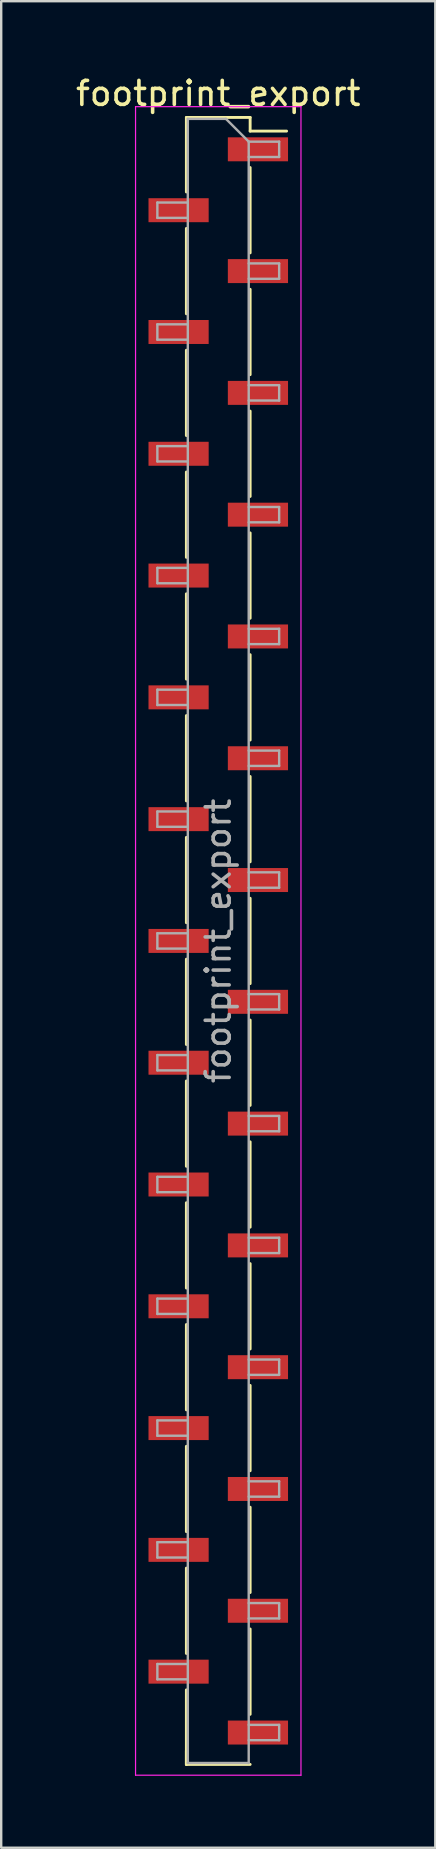
<source format=kicad_pcb>
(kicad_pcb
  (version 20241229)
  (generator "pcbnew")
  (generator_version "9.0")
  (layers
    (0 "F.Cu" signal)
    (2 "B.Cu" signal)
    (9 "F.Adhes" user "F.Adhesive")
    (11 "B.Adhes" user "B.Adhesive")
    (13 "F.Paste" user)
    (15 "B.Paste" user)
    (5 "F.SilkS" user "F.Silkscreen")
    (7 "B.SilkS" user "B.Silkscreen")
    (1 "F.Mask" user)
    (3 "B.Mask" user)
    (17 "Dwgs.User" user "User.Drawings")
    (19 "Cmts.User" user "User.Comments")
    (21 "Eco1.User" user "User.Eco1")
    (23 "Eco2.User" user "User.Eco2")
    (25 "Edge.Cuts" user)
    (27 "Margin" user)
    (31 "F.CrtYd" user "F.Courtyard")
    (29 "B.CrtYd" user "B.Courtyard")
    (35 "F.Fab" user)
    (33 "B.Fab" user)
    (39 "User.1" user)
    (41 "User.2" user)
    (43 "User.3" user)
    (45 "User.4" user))
  (footprint "footprint_export"
    (layer "F.Cu")
    (at 6.054 36.198)
    (property "Reference" "footprint_export" (at 0 -35.35 0) (layer "F.SilkS") (effects (font (size 1 1) (thickness 0.15))))
    (attr smd)
    (fp_line (start -1.33 -34.35) (end -1.33 -31.24) (stroke (width 0.12) (type solid)) (layer "F.SilkS"))
    (fp_line (start -1.33 -34.35) (end 1.33 -34.35) (stroke (width 0.12) (type solid)) (layer "F.SilkS"))
    (fp_line (start -1.33 -29.72) (end -1.33 -26.16) (stroke (width 0.12) (type solid)) (layer "F.SilkS"))
    (fp_line (start -1.33 -24.64) (end -1.33 -21.08) (stroke (width 0.12) (type solid)) (layer "F.SilkS"))
    (fp_line (start -1.33 -19.56) (end -1.33 -16) (stroke (width 0.12) (type solid)) (layer "F.SilkS"))
    (fp_line (start -1.33 -14.48) (end -1.33 -10.92) (stroke (width 0.12) (type solid)) (layer "F.SilkS"))
    (fp_line (start -1.33 -9.4) (end -1.33 -5.84) (stroke (width 0.12) (type solid)) (layer "F.SilkS"))
    (fp_line (start -1.33 -4.32) (end -1.33 -0.76) (stroke (width 0.12) (type solid)) (layer "F.SilkS"))
    (fp_line (start -1.33 0.76) (end -1.33 4.32) (stroke (width 0.12) (type solid)) (layer "F.SilkS"))
    (fp_line (start -1.33 5.84) (end -1.33 9.4) (stroke (width 0.12) (type solid)) (layer "F.SilkS"))
    (fp_line (start -1.33 10.92) (end -1.33 14.48) (stroke (width 0.12) (type solid)) (layer "F.SilkS"))
    (fp_line (start -1.33 16) (end -1.33 19.56) (stroke (width 0.12) (type solid)) (layer "F.SilkS"))
    (fp_line (start -1.33 21.08) (end -1.33 24.64) (stroke (width 0.12) (type solid)) (layer "F.SilkS"))
    (fp_line (start -1.33 26.16) (end -1.33 29.72) (stroke (width 0.12) (type solid)) (layer "F.SilkS"))
    (fp_line (start -1.33 31.24) (end -1.33 34.35) (stroke (width 0.12) (type solid)) (layer "F.SilkS"))
    (fp_line (start -1.33 33.78) (end -1.33 34.35) (stroke (width 0.12) (type solid)) (layer "F.SilkS"))
    (fp_line (start -1.33 34.35) (end 1.33 34.35) (stroke (width 0.12) (type solid)) (layer "F.SilkS"))
    (fp_line (start 1.33 -34.35) (end 1.33 -33.78) (stroke (width 0.12) (type solid)) (layer "F.SilkS"))
    (fp_line (start 1.33 -33.78) (end 2.85 -33.78) (stroke (width 0.12) (type solid)) (layer "F.SilkS"))
    (fp_line (start 1.33 -32.26) (end 1.33 -28.7) (stroke (width 0.12) (type solid)) (layer "F.SilkS"))
    (fp_line (start 1.33 -27.18) (end 1.33 -23.62) (stroke (width 0.12) (type solid)) (layer "F.SilkS"))
    (fp_line (start 1.33 -22.1) (end 1.33 -18.54) (stroke (width 0.12) (type solid)) (layer "F.SilkS"))
    (fp_line (start 1.33 -17.02) (end 1.33 -13.46) (stroke (width 0.12) (type solid)) (layer "F.SilkS"))
    (fp_line (start 1.33 -11.94) (end 1.33 -8.38) (stroke (width 0.12) (type solid)) (layer "F.SilkS"))
    (fp_line (start 1.33 -6.86) (end 1.33 -3.3) (stroke (width 0.12) (type solid)) (layer "F.SilkS"))
    (fp_line (start 1.33 -1.78) (end 1.33 1.78) (stroke (width 0.12) (type solid)) (layer "F.SilkS"))
    (fp_line (start 1.33 3.3) (end 1.33 6.86) (stroke (width 0.12) (type solid)) (layer "F.SilkS"))
    (fp_line (start 1.33 8.38) (end 1.33 11.94) (stroke (width 0.12) (type solid)) (layer "F.SilkS"))
    (fp_line (start 1.33 13.46) (end 1.33 17.02) (stroke (width 0.12) (type solid)) (layer "F.SilkS"))
    (fp_line (start 1.33 18.54) (end 1.33 22.1) (stroke (width 0.12) (type solid)) (layer "F.SilkS"))
    (fp_line (start 1.33 23.62) (end 1.33 27.18) (stroke (width 0.12) (type solid)) (layer "F.SilkS"))
    (fp_line (start 1.33 28.7) (end 1.33 32.26) (stroke (width 0.12) (type solid)) (layer "F.SilkS"))
    (fp_line (start -3.45 -34.8) (end -3.45 34.8) (stroke (width 0.05) (type solid)) (layer "F.CrtYd"))
    (fp_line (start -3.45 34.8) (end 3.45 34.8) (stroke (width 0.05) (type solid)) (layer "F.CrtYd"))
    (fp_line (start 3.45 -34.8) (end -3.45 -34.8) (stroke (width 0.05) (type solid)) (layer "F.CrtYd"))
    (fp_line (start 3.45 34.8) (end 3.45 -34.8) (stroke (width 0.05) (type solid)) (layer "F.CrtYd"))
    (fp_line (start -2.54 -30.8) (end -2.54 -30.16) (stroke (width 0.1) (type solid)) (layer "F.Fab"))
    (fp_line (start -2.54 -30.16) (end -1.27 -30.16) (stroke (width 0.1) (type solid)) (layer "F.Fab"))
    (fp_line (start -2.54 -25.72) (end -2.54 -25.08) (stroke (width 0.1) (type solid)) (layer "F.Fab"))
    (fp_line (start -2.54 -25.08) (end -1.27 -25.08) (stroke (width 0.1) (type solid)) (layer "F.Fab"))
    (fp_line (start -2.54 -20.64) (end -2.54 -20) (stroke (width 0.1) (type solid)) (layer "F.Fab"))
    (fp_line (start -2.54 -20) (end -1.27 -20) (stroke (width 0.1) (type solid)) (layer "F.Fab"))
    (fp_line (start -2.54 -15.56) (end -2.54 -14.92) (stroke (width 0.1) (type solid)) (layer "F.Fab"))
    (fp_line (start -2.54 -14.92) (end -1.27 -14.92) (stroke (width 0.1) (type solid)) (layer "F.Fab"))
    (fp_line (start -2.54 -10.48) (end -2.54 -9.84) (stroke (width 0.1) (type solid)) (layer "F.Fab"))
    (fp_line (start -2.54 -9.84) (end -1.27 -9.84) (stroke (width 0.1) (type solid)) (layer "F.Fab"))
    (fp_line (start -2.54 -5.4) (end -2.54 -4.76) (stroke (width 0.1) (type solid)) (layer "F.Fab"))
    (fp_line (start -2.54 -4.76) (end -1.27 -4.76) (stroke (width 0.1) (type solid)) (layer "F.Fab"))
    (fp_line (start -2.54 -0.32) (end -2.54 0.32) (stroke (width 0.1) (type solid)) (layer "F.Fab"))
    (fp_line (start -2.54 0.32) (end -1.27 0.32) (stroke (width 0.1) (type solid)) (layer "F.Fab"))
    (fp_line (start -2.54 4.76) (end -2.54 5.4) (stroke (width 0.1) (type solid)) (layer "F.Fab"))
    (fp_line (start -2.54 5.4) (end -1.27 5.4) (stroke (width 0.1) (type solid)) (layer "F.Fab"))
    (fp_line (start -2.54 9.84) (end -2.54 10.48) (stroke (width 0.1) (type solid)) (layer "F.Fab"))
    (fp_line (start -2.54 10.48) (end -1.27 10.48) (stroke (width 0.1) (type solid)) (layer "F.Fab"))
    (fp_line (start -2.54 14.92) (end -2.54 15.56) (stroke (width 0.1) (type solid)) (layer "F.Fab"))
    (fp_line (start -2.54 15.56) (end -1.27 15.56) (stroke (width 0.1) (type solid)) (layer "F.Fab"))
    (fp_line (start -2.54 20) (end -2.54 20.64) (stroke (width 0.1) (type solid)) (layer "F.Fab"))
    (fp_line (start -2.54 20.64) (end -1.27 20.64) (stroke (width 0.1) (type solid)) (layer "F.Fab"))
    (fp_line (start -2.54 25.08) (end -2.54 25.72) (stroke (width 0.1) (type solid)) (layer "F.Fab"))
    (fp_line (start -2.54 25.72) (end -1.27 25.72) (stroke (width 0.1) (type solid)) (layer "F.Fab"))
    (fp_line (start -2.54 30.16) (end -2.54 30.8) (stroke (width 0.1) (type solid)) (layer "F.Fab"))
    (fp_line (start -2.54 30.8) (end -1.27 30.8) (stroke (width 0.1) (type solid)) (layer "F.Fab"))
    (fp_line (start -1.27 -34.29) (end -1.27 34.29) (stroke (width 0.1) (type solid)) (layer "F.Fab"))
    (fp_line (start -1.27 -34.29) (end 0.32 -34.29) (stroke (width 0.1) (type solid)) (layer "F.Fab"))
    (fp_line (start -1.27 -30.8) (end -2.54 -30.8) (stroke (width 0.1) (type solid)) (layer "F.Fab"))
    (fp_line (start -1.27 -25.72) (end -2.54 -25.72) (stroke (width 0.1) (type solid)) (layer "F.Fab"))
    (fp_line (start -1.27 -20.64) (end -2.54 -20.64) (stroke (width 0.1) (type solid)) (layer "F.Fab"))
    (fp_line (start -1.27 -15.56) (end -2.54 -15.56) (stroke (width 0.1) (type solid)) (layer "F.Fab"))
    (fp_line (start -1.27 -10.48) (end -2.54 -10.48) (stroke (width 0.1) (type solid)) (layer "F.Fab"))
    (fp_line (start -1.27 -5.4) (end -2.54 -5.4) (stroke (width 0.1) (type solid)) (layer "F.Fab"))
    (fp_line (start -1.27 -0.32) (end -2.54 -0.32) (stroke (width 0.1) (type solid)) (layer "F.Fab"))
    (fp_line (start -1.27 4.76) (end -2.54 4.76) (stroke (width 0.1) (type solid)) (layer "F.Fab"))
    (fp_line (start -1.27 9.84) (end -2.54 9.84) (stroke (width 0.1) (type solid)) (layer "F.Fab"))
    (fp_line (start -1.27 14.92) (end -2.54 14.92) (stroke (width 0.1) (type solid)) (layer "F.Fab"))
    (fp_line (start -1.27 20) (end -2.54 20) (stroke (width 0.1) (type solid)) (layer "F.Fab"))
    (fp_line (start -1.27 25.08) (end -2.54 25.08) (stroke (width 0.1) (type solid)) (layer "F.Fab"))
    (fp_line (start -1.27 30.16) (end -2.54 30.16) (stroke (width 0.1) (type solid)) (layer "F.Fab"))
    (fp_line (start 1.27 -33.34) (end 0.32 -34.29) (stroke (width 0.1) (type solid)) (layer "F.Fab"))
    (fp_line (start 1.27 -33.34) (end 2.54 -33.34) (stroke (width 0.1) (type solid)) (layer "F.Fab"))
    (fp_line (start 1.27 -28.26) (end 2.54 -28.26) (stroke (width 0.1) (type solid)) (layer "F.Fab"))
    (fp_line (start 1.27 -23.18) (end 2.54 -23.18) (stroke (width 0.1) (type solid)) (layer "F.Fab"))
    (fp_line (start 1.27 -18.1) (end 2.54 -18.1) (stroke (width 0.1) (type solid)) (layer "F.Fab"))
    (fp_line (start 1.27 -13.02) (end 2.54 -13.02) (stroke (width 0.1) (type solid)) (layer "F.Fab"))
    (fp_line (start 1.27 -7.94) (end 2.54 -7.94) (stroke (width 0.1) (type solid)) (layer "F.Fab"))
    (fp_line (start 1.27 -2.86) (end 2.54 -2.86) (stroke (width 0.1) (type solid)) (layer "F.Fab"))
    (fp_line (start 1.27 2.22) (end 2.54 2.22) (stroke (width 0.1) (type solid)) (layer "F.Fab"))
    (fp_line (start 1.27 7.3) (end 2.54 7.3) (stroke (width 0.1) (type solid)) (layer "F.Fab"))
    (fp_line (start 1.27 12.38) (end 2.54 12.38) (stroke (width 0.1) (type solid)) (layer "F.Fab"))
    (fp_line (start 1.27 17.46) (end 2.54 17.46) (stroke (width 0.1) (type solid)) (layer "F.Fab"))
    (fp_line (start 1.27 22.54) (end 2.54 22.54) (stroke (width 0.1) (type solid)) (layer "F.Fab"))
    (fp_line (start 1.27 27.62) (end 2.54 27.62) (stroke (width 0.1) (type solid)) (layer "F.Fab"))
    (fp_line (start 1.27 32.7) (end 2.54 32.7) (stroke (width 0.1) (type solid)) (layer "F.Fab"))
    (fp_line (start 1.27 34.29) (end -1.27 34.29) (stroke (width 0.1) (type solid)) (layer "F.Fab"))
    (fp_line (start 1.27 34.29) (end 1.27 -33.34) (stroke (width 0.1) (type solid)) (layer "F.Fab"))
    (fp_line (start 2.54 -33.34) (end 2.54 -32.7) (stroke (width 0.1) (type solid)) (layer "F.Fab"))
    (fp_line (start 2.54 -32.7) (end 1.27 -32.7) (stroke (width 0.1) (type solid)) (layer "F.Fab"))
    (fp_line (start 2.54 -28.26) (end 2.54 -27.62) (stroke (width 0.1) (type solid)) (layer "F.Fab"))
    (fp_line (start 2.54 -27.62) (end 1.27 -27.62) (stroke (width 0.1) (type solid)) (layer "F.Fab"))
    (fp_line (start 2.54 -23.18) (end 2.54 -22.54) (stroke (width 0.1) (type solid)) (layer "F.Fab"))
    (fp_line (start 2.54 -22.54) (end 1.27 -22.54) (stroke (width 0.1) (type solid)) (layer "F.Fab"))
    (fp_line (start 2.54 -18.1) (end 2.54 -17.46) (stroke (width 0.1) (type solid)) (layer "F.Fab"))
    (fp_line (start 2.54 -17.46) (end 1.27 -17.46) (stroke (width 0.1) (type solid)) (layer "F.Fab"))
    (fp_line (start 2.54 -13.02) (end 2.54 -12.38) (stroke (width 0.1) (type solid)) (layer "F.Fab"))
    (fp_line (start 2.54 -12.38) (end 1.27 -12.38) (stroke (width 0.1) (type solid)) (layer "F.Fab"))
    (fp_line (start 2.54 -7.94) (end 2.54 -7.3) (stroke (width 0.1) (type solid)) (layer "F.Fab"))
    (fp_line (start 2.54 -7.3) (end 1.27 -7.3) (stroke (width 0.1) (type solid)) (layer "F.Fab"))
    (fp_line (start 2.54 -2.86) (end 2.54 -2.22) (stroke (width 0.1) (type solid)) (layer "F.Fab"))
    (fp_line (start 2.54 -2.22) (end 1.27 -2.22) (stroke (width 0.1) (type solid)) (layer "F.Fab"))
    (fp_line (start 2.54 2.22) (end 2.54 2.86) (stroke (width 0.1) (type solid)) (layer "F.Fab"))
    (fp_line (start 2.54 2.86) (end 1.27 2.86) (stroke (width 0.1) (type solid)) (layer "F.Fab"))
    (fp_line (start 2.54 7.3) (end 2.54 7.94) (stroke (width 0.1) (type solid)) (layer "F.Fab"))
    (fp_line (start 2.54 7.94) (end 1.27 7.94) (stroke (width 0.1) (type solid)) (layer "F.Fab"))
    (fp_line (start 2.54 12.38) (end 2.54 13.02) (stroke (width 0.1) (type solid)) (layer "F.Fab"))
    (fp_line (start 2.54 13.02) (end 1.27 13.02) (stroke (width 0.1) (type solid)) (layer "F.Fab"))
    (fp_line (start 2.54 17.46) (end 2.54 18.1) (stroke (width 0.1) (type solid)) (layer "F.Fab"))
    (fp_line (start 2.54 18.1) (end 1.27 18.1) (stroke (width 0.1) (type solid)) (layer "F.Fab"))
    (fp_line (start 2.54 22.54) (end 2.54 23.18) (stroke (width 0.1) (type solid)) (layer "F.Fab"))
    (fp_line (start 2.54 23.18) (end 1.27 23.18) (stroke (width 0.1) (type solid)) (layer "F.Fab"))
    (fp_line (start 2.54 27.62) (end 2.54 28.26) (stroke (width 0.1) (type solid)) (layer "F.Fab"))
    (fp_line (start 2.54 28.26) (end 1.27 28.26) (stroke (width 0.1) (type solid)) (layer "F.Fab"))
    (fp_line (start 2.54 32.7) (end 2.54 33.34) (stroke (width 0.1) (type solid)) (layer "F.Fab"))
    (fp_line (start 2.54 33.34) (end 1.27 33.34) (stroke (width 0.1) (type solid)) (layer "F.Fab"))
    (fp_text user "${REFERENCE}" (at 0 0 90) (layer "F.Fab") (effects (font (size 1 1) (thickness 0.15))))
    (pad "1" smd rect (at 1.655 -33.02) (size 2.51 1) (layers "F.Cu" "F.Mask" "F.Paste"))
    (pad "2" smd rect (at -1.655 -30.48) (size 2.51 1) (layers "F.Cu" "F.Mask" "F.Paste"))
    (pad "3" smd rect (at 1.655 -27.94) (size 2.51 1) (layers "F.Cu" "F.Mask" "F.Paste"))
    (pad "4" smd rect (at -1.655 -25.4) (size 2.51 1) (layers "F.Cu" "F.Mask" "F.Paste"))
    (pad "5" smd rect (at 1.655 -22.86) (size 2.51 1) (layers "F.Cu" "F.Mask" "F.Paste"))
    (pad "6" smd rect (at -1.655 -20.32) (size 2.51 1) (layers "F.Cu" "F.Mask" "F.Paste"))
    (pad "7" smd rect (at 1.655 -17.78) (size 2.51 1) (layers "F.Cu" "F.Mask" "F.Paste"))
    (pad "8" smd rect (at -1.655 -15.24) (size 2.51 1) (layers "F.Cu" "F.Mask" "F.Paste"))
    (pad "9" smd rect (at 1.655 -12.7) (size 2.51 1) (layers "F.Cu" "F.Mask" "F.Paste"))
    (pad "10" smd rect (at -1.655 -10.16) (size 2.51 1) (layers "F.Cu" "F.Mask" "F.Paste"))
    (pad "11" smd rect (at 1.655 -7.62) (size 2.51 1) (layers "F.Cu" "F.Mask" "F.Paste"))
    (pad "12" smd rect (at -1.655 -5.08) (size 2.51 1) (layers "F.Cu" "F.Mask" "F.Paste"))
    (pad "13" smd rect (at 1.655 -2.54) (size 2.51 1) (layers "F.Cu" "F.Mask" "F.Paste"))
    (pad "14" smd rect (at -1.655 0) (size 2.51 1) (layers "F.Cu" "F.Mask" "F.Paste"))
    (pad "15" smd rect (at 1.655 2.54) (size 2.51 1) (layers "F.Cu" "F.Mask" "F.Paste"))
    (pad "16" smd rect (at -1.655 5.08) (size 2.51 1) (layers "F.Cu" "F.Mask" "F.Paste"))
    (pad "17" smd rect (at 1.655 7.62) (size 2.51 1) (layers "F.Cu" "F.Mask" "F.Paste"))
    (pad "18" smd rect (at -1.655 10.16) (size 2.51 1) (layers "F.Cu" "F.Mask" "F.Paste"))
    (pad "19" smd rect (at 1.655 12.7) (size 2.51 1) (layers "F.Cu" "F.Mask" "F.Paste"))
    (pad "20" smd rect (at -1.655 15.24) (size 2.51 1) (layers "F.Cu" "F.Mask" "F.Paste"))
    (pad "21" smd rect (at 1.655 17.78) (size 2.51 1) (layers "F.Cu" "F.Mask" "F.Paste"))
    (pad "22" smd rect (at -1.655 20.32) (size 2.51 1) (layers "F.Cu" "F.Mask" "F.Paste"))
    (pad "23" smd rect (at 1.655 22.86) (size 2.51 1) (layers "F.Cu" "F.Mask" "F.Paste"))
    (pad "24" smd rect (at -1.655 25.4) (size 2.51 1) (layers "F.Cu" "F.Mask" "F.Paste"))
    (pad "25" smd rect (at 1.655 27.94) (size 2.51 1) (layers "F.Cu" "F.Mask" "F.Paste"))
    (pad "26" smd rect (at -1.655 30.48) (size 2.51 1) (layers "F.Cu" "F.Mask" "F.Paste"))
    (pad "27" smd rect (at 1.655 33.02) (size 2.51 1) (layers "F.Cu" "F.Mask" "F.Paste")))
  (gr_rect
    (start -3 -3)
    (end 15.107 74.023)
    (stroke (width 0.1) (type default))
    (fill no)
    (layer "Edge.Cuts")))
</source>
